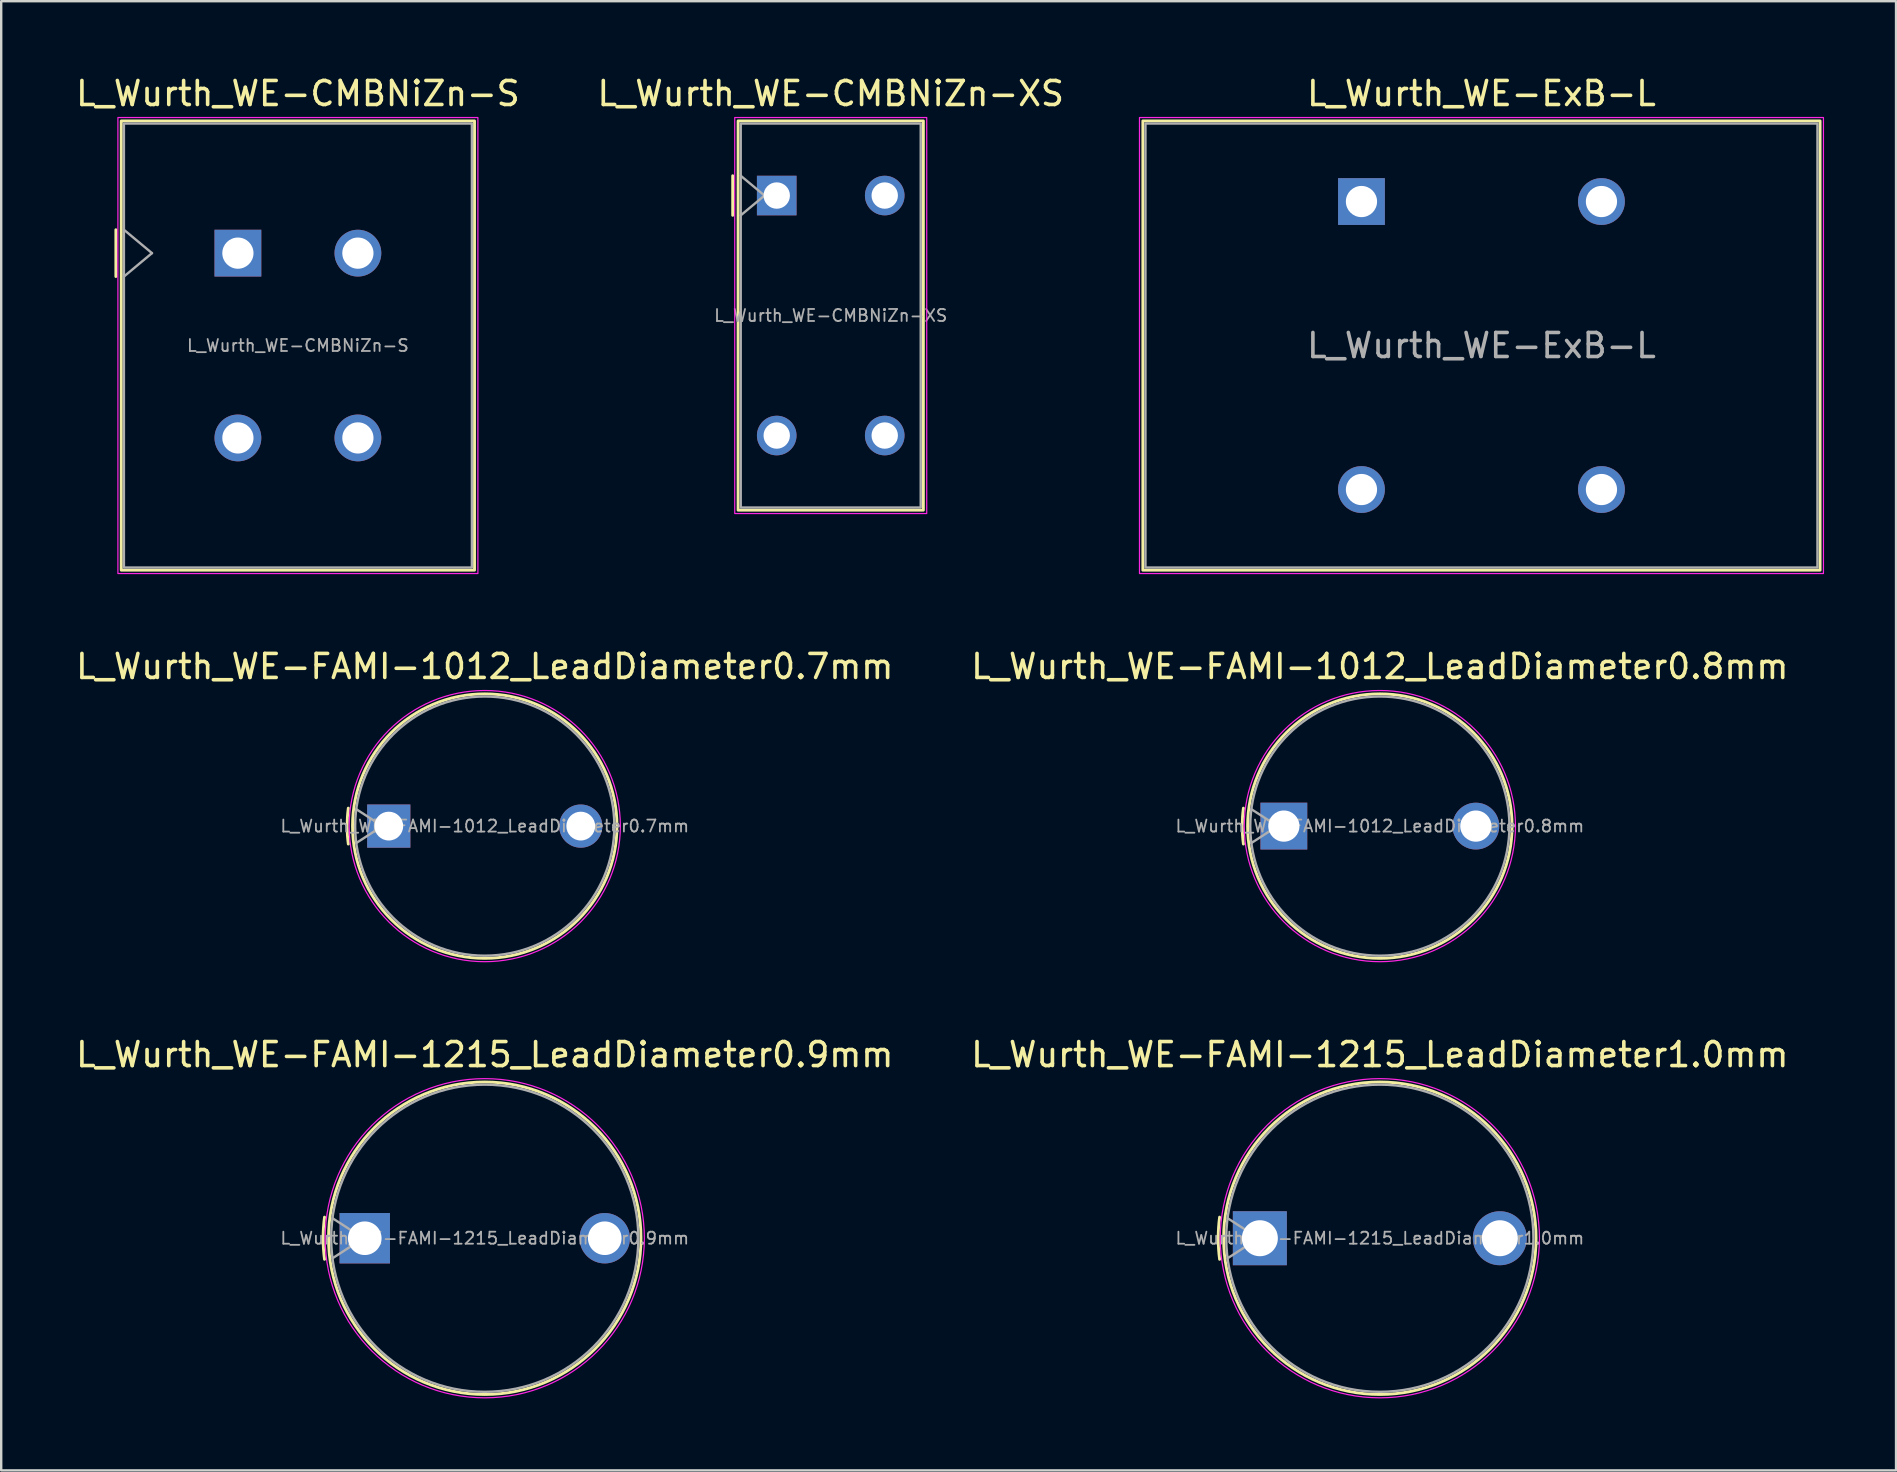
<source format=kicad_pcb>
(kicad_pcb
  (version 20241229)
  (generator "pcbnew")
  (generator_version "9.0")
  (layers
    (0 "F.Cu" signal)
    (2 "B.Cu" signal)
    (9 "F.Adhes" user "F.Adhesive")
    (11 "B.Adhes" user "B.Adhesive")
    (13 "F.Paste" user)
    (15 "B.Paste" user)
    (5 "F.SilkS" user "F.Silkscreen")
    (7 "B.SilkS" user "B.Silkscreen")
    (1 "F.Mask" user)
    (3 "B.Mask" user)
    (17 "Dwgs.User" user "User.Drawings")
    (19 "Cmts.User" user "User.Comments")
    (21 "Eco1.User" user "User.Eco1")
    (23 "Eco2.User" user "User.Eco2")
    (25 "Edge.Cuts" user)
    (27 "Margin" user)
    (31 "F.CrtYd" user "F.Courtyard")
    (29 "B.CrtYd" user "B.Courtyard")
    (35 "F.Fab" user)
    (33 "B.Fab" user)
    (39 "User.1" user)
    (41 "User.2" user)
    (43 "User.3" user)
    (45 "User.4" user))
  (footprint "L_Wurth_WE-FAMI-1012_LeadDiameter0.8mm"
    (layer "F.Cu")
    (at 50.446 31.372)
    (property "Reference" "L_Wurth_WE-FAMI-1012_LeadDiameter0.8mm" (at 4 -6.65 0) (unlocked yes) (layer "F.SilkS") (effects (font (size 1 1) (thickness 0.15))))
    (attr through_hole)
    (fp_arc (start -1.685936 0.748568) (mid -1.735 0) (end -1.685936 -0.748568) (stroke (width 0.12) (type default)) (layer "F.SilkS"))
    (fp_circle (center 4 0) (end 9.51 0) (stroke (width 0.12) (type solid)) (fill no) (layer "F.SilkS"))
    (fp_circle (center 4 0) (end 9.65 0) (stroke (width 0.05) (type solid)) (fill no) (layer "F.CrtYd"))
    (fp_line (start -1.354 -0.705) (end -0.269 0) (stroke (width 0.1) (type solid)) (layer "F.Fab"))
    (fp_line (start -1.354 0.705) (end -0.269 0) (stroke (width 0.1) (type solid)) (layer "F.Fab"))
    (fp_circle (center 4 0) (end 9.4 0) (stroke (width 0.1) (type solid)) (fill no) (layer "F.Fab"))
    (fp_text user "${REFERENCE}" (at 4 0 0) (unlocked yes) (layer "F.Fab") (effects (font (size 0.5 0.5) (thickness 0.075))))
    (pad "1" thru_hole rect (at 0 0) (size 1.95 1.95) (drill 1.3) (layers "*.Cu" "*.Mask"))
    (pad "2" thru_hole circle (at 8 0) (size 1.95 1.95) (drill 1.3) (layers "*.Cu" "*.Mask")))
  (footprint "L_Wurth_WE-FAMI-1012_LeadDiameter0.7mm"
    (layer "F.Cu")
    (at 13.149 31.372)
    (property "Reference" "L_Wurth_WE-FAMI-1012_LeadDiameter0.7mm" (at 4 -6.65 0) (unlocked yes) (layer "F.SilkS") (effects (font (size 1 1) (thickness 0.15))))
    (attr through_hole)
    (fp_arc (start -1.685936 0.748568) (mid -1.735 0) (end -1.685936 -0.748568) (stroke (width 0.12) (type default)) (layer "F.SilkS"))
    (fp_circle (center 4 0) (end 9.51 0) (stroke (width 0.12) (type solid)) (fill no) (layer "F.SilkS"))
    (fp_circle (center 4 0) (end 9.65 0) (stroke (width 0.05) (type solid)) (fill no) (layer "F.CrtYd"))
    (fp_line (start -1.354 -0.705) (end -0.269 0) (stroke (width 0.1) (type solid)) (layer "F.Fab"))
    (fp_line (start -1.354 0.705) (end -0.269 0) (stroke (width 0.1) (type solid)) (layer "F.Fab"))
    (fp_circle (center 4 0) (end 9.4 0) (stroke (width 0.1) (type solid)) (fill no) (layer "F.Fab"))
    (fp_text user "${REFERENCE}" (at 4 0 0) (unlocked yes) (layer "F.Fab") (effects (font (size 0.5 0.5) (thickness 0.075))))
    (pad "1" thru_hole rect (at 0 0) (size 1.8 1.8) (drill 1.2) (layers "*.Cu" "*.Mask"))
    (pad "2" thru_hole circle (at 8 0) (size 1.8 1.8) (drill 1.2) (layers "*.Cu" "*.Mask")))
  (footprint "L_Wurth_WE-ExB-L"
    (layer "F.Cu")
    (at 53.68 5.348)
    (property "Reference" "L_Wurth_WE-ExB-L" (at 5 -4.5 0) (unlocked yes) (layer "F.SilkS") (effects (font (size 1 1) (thickness 0.15))))
    (attr through_hole)
    (fp_rect (start -9.11 -3.36) (end 19.11 15.36) (stroke (width 0.12) (type solid)) (fill no) (layer "F.SilkS"))
    (fp_rect (start -9.25 -3.5) (end 19.25 15.5) (stroke (width 0.05) (type solid)) (fill no) (layer "F.CrtYd"))
    (fp_rect (start -9 -3.25) (end 19 15.25) (stroke (width 0.1) (type solid)) (fill no) (layer "F.Fab"))
    (fp_text user "${REFERENCE}" (at 5 6 0) (unlocked yes) (layer "F.Fab") (effects (font (size 1 1) (thickness 0.15))))
    (pad "2" thru_hole circle (at 0 12) (size 1.95 1.95) (drill 1.3) (layers "*.Cu" "*.Mask"))
    (pad "4" thru_hole circle (at 10 12) (size 1.95 1.95) (drill 1.3) (layers "*.Cu" "*.Mask"))
    (pad "7" thru_hole circle (at 10 0) (size 1.95 1.95) (drill 1.3) (layers "*.Cu" "*.Mask"))
    (pad "9" thru_hole rect (at 0 0) (size 1.95 1.95) (drill 1.3) (layers "*.Cu" "*.Mask")))
  (footprint "L_Wurth_WE-FAMI-1215_LeadDiameter0.9mm"
    (layer "F.Cu")
    (at 12.149 48.545)
    (property "Reference" "L_Wurth_WE-FAMI-1215_LeadDiameter0.9mm" (at 5 -7.65 0) (unlocked yes) (layer "F.SilkS") (effects (font (size 1 1) (thickness 0.15))))
    (attr through_hole)
    (fp_arc (start -1.677381 0.879094) (mid -1.735 0) (end -1.677381 -0.879094) (stroke (width 0.12) (type default)) (layer "F.SilkS"))
    (fp_circle (center 5 0) (end 11.51 0) (stroke (width 0.12) (type solid)) (fill no) (layer "F.SilkS"))
    (fp_circle (center 5 0) (end 11.65 0) (stroke (width 0.05) (type solid)) (fill no) (layer "F.CrtYd"))
    (fp_line (start -1.345 -0.835) (end -0.06 0) (stroke (width 0.1) (type solid)) (layer "F.Fab"))
    (fp_line (start -1.345 0.835) (end -0.06 0) (stroke (width 0.1) (type solid)) (layer "F.Fab"))
    (fp_circle (center 5 0) (end 11.4 0) (stroke (width 0.1) (type solid)) (fill no) (layer "F.Fab"))
    (fp_text user "${REFERENCE}" (at 5 0 0) (unlocked yes) (layer "F.Fab") (effects (font (size 0.5 0.5) (thickness 0.075))))
    (pad "1" thru_hole rect (at 0 0) (size 2.1 2.1) (drill 1.4) (layers "*.Cu" "*.Mask"))
    (pad "2" thru_hole circle (at 10 0) (size 2.1 2.1) (drill 1.4) (layers "*.Cu" "*.Mask")))
  (footprint "L_Wurth_WE-CMBNiZn-S"
    (layer "F.Cu")
    (at 6.863 7.498)
    (property "Reference" "L_Wurth_WE-CMBNiZn-S" (at 2.5 -6.65 0) (unlocked yes) (layer "F.SilkS") (effects (font (size 1 1) (thickness 0.15))))
    (attr through_hole)
    (fp_line (start -5.085 -0.975) (end -5.085 0.975) (stroke (width 0.12) (type solid)) (layer "F.SilkS"))
    (fp_rect (start -4.86 -5.51) (end 9.86 13.21) (stroke (width 0.12) (type solid)) (fill no) (layer "F.SilkS"))
    (fp_rect (start -5 -5.65) (end 10 13.35) (stroke (width 0.05) (type solid)) (fill no) (layer "F.CrtYd"))
    (fp_line (start -4.75 -0.975) (end -3.58 0) (stroke (width 0.1) (type solid)) (layer "F.Fab"))
    (fp_line (start -4.75 0.975) (end -3.58 0) (stroke (width 0.1) (type solid)) (layer "F.Fab"))
    (fp_rect (start -4.75 -5.4) (end 9.75 13.1) (stroke (width 0.1) (type solid)) (fill no) (layer "F.Fab"))
    (fp_text user "${REFERENCE}" (at 2.5 3.85 0) (unlocked yes) (layer "F.Fab") (effects (font (size 0.5 0.5) (thickness 0.075))))
    (pad "1" thru_hole rect (at 0 0) (size 1.95 1.95) (drill 1.3) (layers "*.Cu" "*.Mask"))
    (pad "2" thru_hole circle (at 0 7.7) (size 1.95 1.95) (drill 1.3) (layers "*.Cu" "*.Mask"))
    (pad "3" thru_hole circle (at 5 7.7) (size 1.95 1.95) (drill 1.3) (layers "*.Cu" "*.Mask"))
    (pad "4" thru_hole circle (at 5 0) (size 1.95 1.95) (drill 1.3) (layers "*.Cu" "*.Mask")))
  (footprint "L_Wurth_WE-FAMI-1215_LeadDiameter1.0mm"
    (layer "F.Cu")
    (at 49.446 48.545)
    (property "Reference" "L_Wurth_WE-FAMI-1215_LeadDiameter1.0mm" (at 5 -7.65 0) (unlocked yes) (layer "F.SilkS") (effects (font (size 1 1) (thickness 0.15))))
    (attr through_hole)
    (fp_arc (start -1.677381 0.879094) (mid -1.735 0) (end -1.677381 -0.879094) (stroke (width 0.12) (type default)) (layer "F.SilkS"))
    (fp_circle (center 5 0) (end 11.51 0) (stroke (width 0.12) (type solid)) (fill no) (layer "F.SilkS"))
    (fp_circle (center 5 0) (end 11.65 0) (stroke (width 0.05) (type solid)) (fill no) (layer "F.CrtYd"))
    (fp_line (start -1.345 -0.835) (end -0.06 0) (stroke (width 0.1) (type solid)) (layer "F.Fab"))
    (fp_line (start -1.345 0.835) (end -0.06 0) (stroke (width 0.1) (type solid)) (layer "F.Fab"))
    (fp_circle (center 5 0) (end 11.4 0) (stroke (width 0.1) (type solid)) (fill no) (layer "F.Fab"))
    (fp_text user "${REFERENCE}" (at 5 0 0) (unlocked yes) (layer "F.Fab") (effects (font (size 0.5 0.5) (thickness 0.075))))
    (pad "1" thru_hole rect (at 0 0) (size 2.25 2.25) (drill 1.5) (layers "*.Cu" "*.Mask"))
    (pad "2" thru_hole circle (at 10 0) (size 2.25 2.25) (drill 1.5) (layers "*.Cu" "*.Mask")))
  (footprint "L_Wurth_WE-CMBNiZn-XS"
    (layer "F.Cu")
    (at 29.315 5.098)
    (property "Reference" "L_Wurth_WE-CMBNiZn-XS" (at 2.25 -4.25 0) (unlocked yes) (layer "F.SilkS") (effects (font (size 1 1) (thickness 0.15))))
    (attr through_hole)
    (fp_line (start -1.835 -0.825) (end -1.835 0.825) (stroke (width 0.12) (type solid)) (layer "F.SilkS"))
    (fp_rect (start -1.61 -3.11) (end 6.11 13.11) (stroke (width 0.12) (type solid)) (fill no) (layer "F.SilkS"))
    (fp_rect (start -1.75 -3.25) (end 6.25 13.25) (stroke (width 0.05) (type solid)) (fill no) (layer "F.CrtYd"))
    (fp_line (start -1.5 -0.825) (end -0.51 0) (stroke (width 0.1) (type solid)) (layer "F.Fab"))
    (fp_line (start -1.5 0.825) (end -0.51 0) (stroke (width 0.1) (type solid)) (layer "F.Fab"))
    (fp_rect (start -1.5 -3) (end 6 13) (stroke (width 0.1) (type solid)) (fill no) (layer "F.Fab"))
    (fp_text user "${REFERENCE}" (at 2.25 5 0) (unlocked yes) (layer "F.Fab") (effects (font (size 0.5 0.5) (thickness 0.075))))
    (pad "1" thru_hole rect (at 0 0) (size 1.65 1.65) (drill 1.1) (layers "*.Cu" "*.Mask"))
    (pad "2" thru_hole circle (at 0 10) (size 1.65 1.65) (drill 1.1) (layers "*.Cu" "*.Mask"))
    (pad "3" thru_hole circle (at 4.5 10) (size 1.65 1.65) (drill 1.1) (layers "*.Cu" "*.Mask"))
    (pad "4" thru_hole circle (at 4.5 0) (size 1.65 1.65) (drill 1.1) (layers "*.Cu" "*.Mask")))
  (gr_rect
    (start -3 -3)
    (end 75.955 58.22)
    (stroke (width 0.1) (type default))
    (fill no)
    (layer "Edge.Cuts")))
</source>
